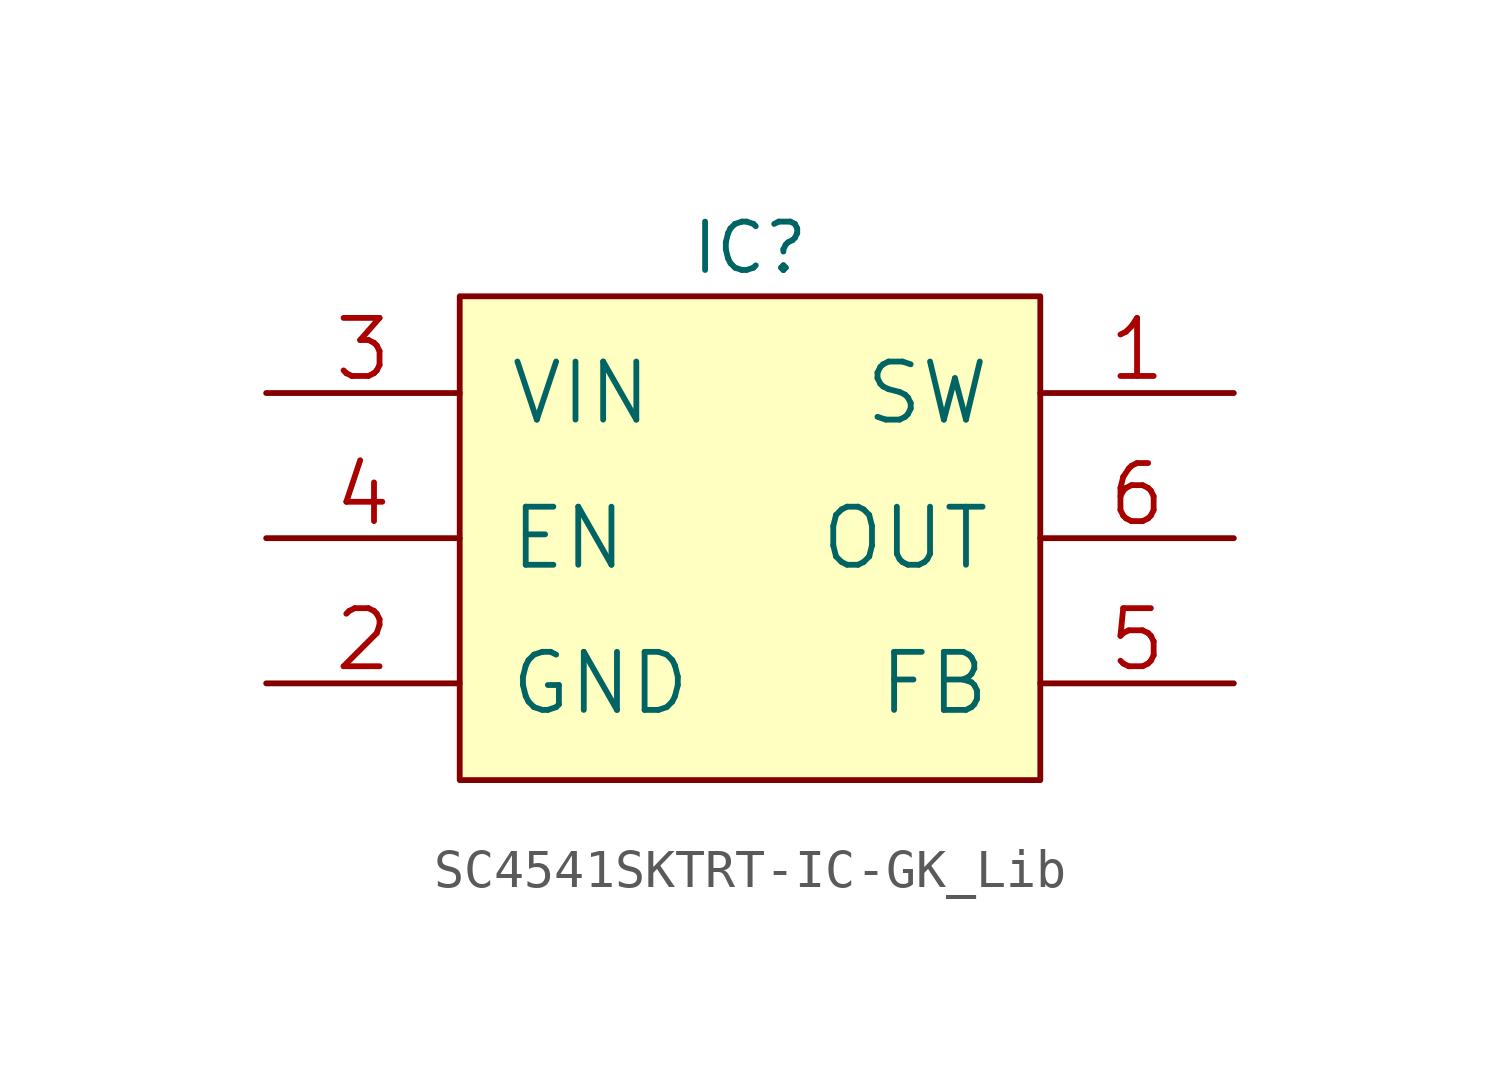
<source format=kicad_sym>
(kicad_symbol_lib
  (version 20200126)
  (host kicad_symbol_editor "(5.99.0-2809-gaceed2b0a4)")
  (symbol "LCD_Board-rescue:SC4541SKTRT-IC-GK_Lib"
    (pin_names
      (offset 1.27))
    (property "Reference" "IC"
      (at 7.62 1.27 0)
      (effects (font (size 1.27 1.27))))
    (symbol "SC4541SKTRT-IC-GK_Lib_0_1"
      (rectangle (start 0 -12.7) (end 15.24 0) (stroke (width 0)) (fill (type background)))
      (pin power_in line (at 20.32 -2.54 180) (length 5.08) (name "SW" (effects (font (size 1.524 1.524)))) (number "1" (effects (font (size 1.524 1.524)))))
      (pin power_in line (at -5.08 -10.16 0) (length 5.08) (name "GND" (effects (font (size 1.524 1.524)))) (number "2" (effects (font (size 1.524 1.524)))))
      (pin input line (at -5.08 -2.54 0) (length 5.08) (name "VIN" (effects (font (size 1.524 1.524)))) (number "3" (effects (font (size 1.524 1.524)))))
      (pin input line (at -5.08 -6.35 0) (length 5.08) (name "EN" (effects (font (size 1.524 1.524)))) (number "4" (effects (font (size 1.524 1.524)))))
      (pin input line (at 20.32 -10.16 180) (length 5.08) (name "FB" (effects (font (size 1.524 1.524)))) (number "5" (effects (font (size 1.524 1.524)))))
      (pin output line (at 20.32 -6.35 180) (length 5.08) (name "OUT" (effects (font (size 1.524 1.524)))) (number "6" (effects (font (size 1.524 1.524))))))))
</source>
